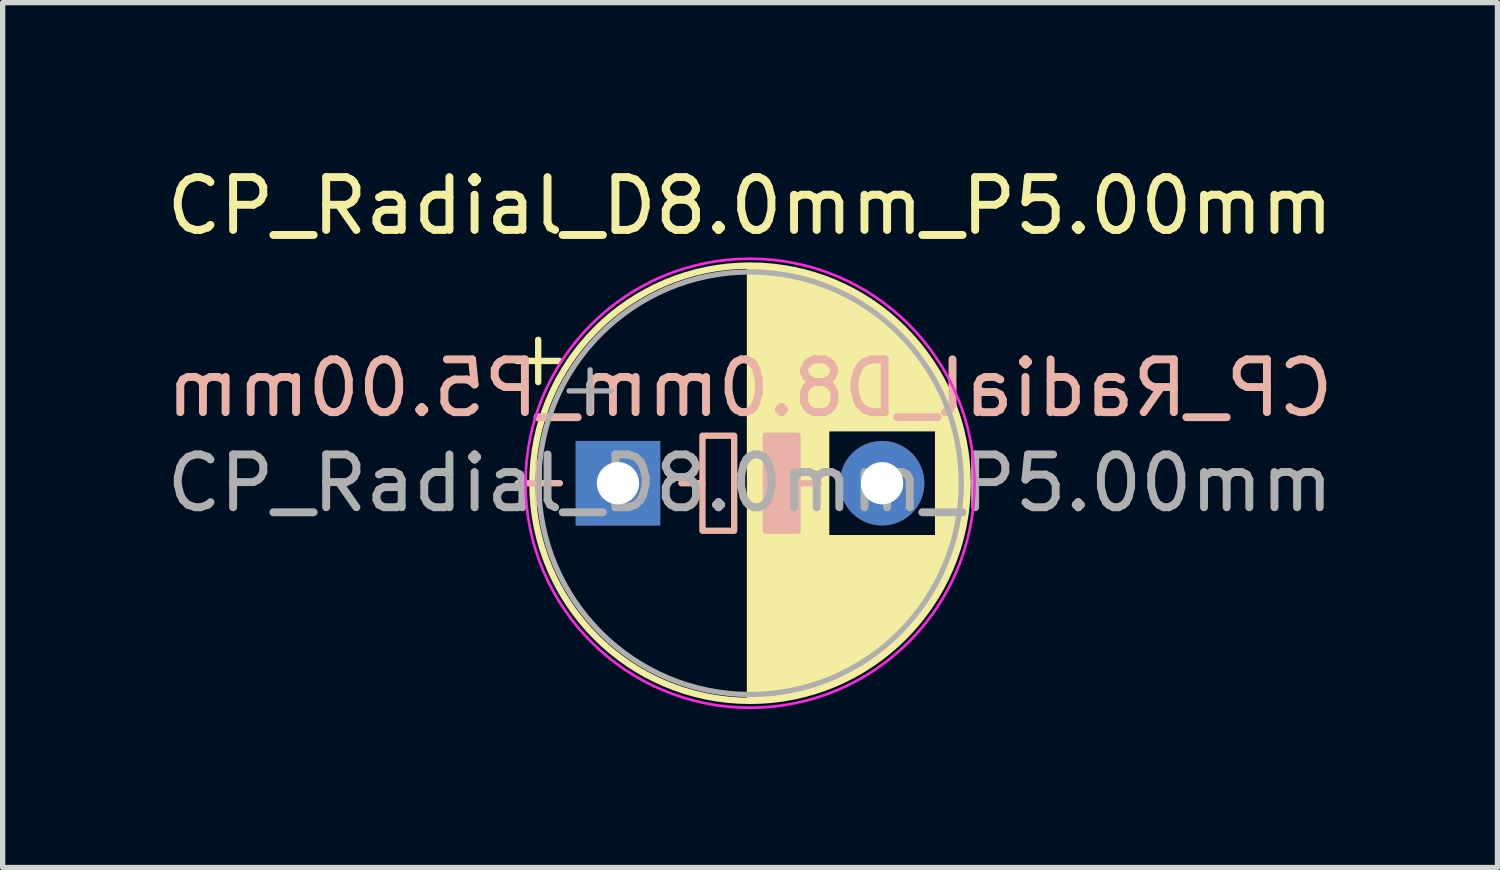
<source format=kicad_pcb>
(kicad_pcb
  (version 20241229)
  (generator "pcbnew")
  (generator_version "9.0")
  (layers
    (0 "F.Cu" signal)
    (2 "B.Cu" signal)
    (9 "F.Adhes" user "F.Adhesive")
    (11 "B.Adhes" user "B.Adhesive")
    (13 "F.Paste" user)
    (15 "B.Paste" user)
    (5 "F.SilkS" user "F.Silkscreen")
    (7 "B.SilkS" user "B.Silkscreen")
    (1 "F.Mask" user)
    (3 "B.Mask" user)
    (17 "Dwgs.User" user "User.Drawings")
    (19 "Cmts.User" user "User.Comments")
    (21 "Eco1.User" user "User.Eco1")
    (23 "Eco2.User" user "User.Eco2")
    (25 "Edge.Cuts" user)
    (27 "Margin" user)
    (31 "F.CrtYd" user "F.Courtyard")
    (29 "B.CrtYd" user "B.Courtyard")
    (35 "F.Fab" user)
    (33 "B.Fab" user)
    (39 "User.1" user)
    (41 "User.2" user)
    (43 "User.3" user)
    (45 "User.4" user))
  (footprint "CP_Radial_D8.0mm_P5.00mm"
    (layer "F.Cu")
    (at 8.649 6.098)
    (property "Reference" "CP_Radial_D8.0mm_P5.00mm" (at 2.5 -5.25 0) (layer "F.SilkS") (effects (font (size 1 1) (thickness 0.15))))
    (fp_line (start -1.91 -2.315) (end -1.11 -2.315) (stroke (width 0.12) (type solid)) (layer "F.SilkS"))
    (fp_line (start -1.51 -2.715) (end -1.51 -1.915) (stroke (width 0.12) (type solid)) (layer "F.SilkS"))
    (fp_line (start 2.5 -4.08) (end 2.5 4.08) (stroke (width 0.12) (type solid)) (layer "F.SilkS"))
    (fp_line (start 2.54 -4.08) (end 2.54 4.08) (stroke (width 0.12) (type solid)) (layer "F.SilkS"))
    (fp_line (start 2.58 -4.08) (end 2.58 4.08) (stroke (width 0.12) (type solid)) (layer "F.SilkS"))
    (fp_line (start 2.62 -4.079) (end 2.62 4.079) (stroke (width 0.12) (type solid)) (layer "F.SilkS"))
    (fp_line (start 2.66 -4.077) (end 2.66 4.077) (stroke (width 0.12) (type solid)) (layer "F.SilkS"))
    (fp_line (start 2.7 -4.076) (end 2.7 4.076) (stroke (width 0.12) (type solid)) (layer "F.SilkS"))
    (fp_line (start 2.74 -4.074) (end 2.74 4.074) (stroke (width 0.12) (type solid)) (layer "F.SilkS"))
    (fp_line (start 2.78 -4.071) (end 2.78 4.071) (stroke (width 0.12) (type solid)) (layer "F.SilkS"))
    (fp_line (start 2.82 -4.068) (end 2.82 4.068) (stroke (width 0.12) (type solid)) (layer "F.SilkS"))
    (fp_line (start 2.86 -4.065) (end 2.86 4.065) (stroke (width 0.12) (type solid)) (layer "F.SilkS"))
    (fp_line (start 2.9 -4.061) (end 2.9 4.061) (stroke (width 0.12) (type solid)) (layer "F.SilkS"))
    (fp_line (start 2.94 -4.057) (end 2.94 4.057) (stroke (width 0.12) (type solid)) (layer "F.SilkS"))
    (fp_line (start 2.98 -4.052) (end 2.98 4.052) (stroke (width 0.12) (type solid)) (layer "F.SilkS"))
    (fp_line (start 3.02 -4.048) (end 3.02 4.048) (stroke (width 0.12) (type solid)) (layer "F.SilkS"))
    (fp_line (start 3.06 -4.042) (end 3.06 4.042) (stroke (width 0.12) (type solid)) (layer "F.SilkS"))
    (fp_line (start 3.1 -4.037) (end 3.1 4.037) (stroke (width 0.12) (type solid)) (layer "F.SilkS"))
    (fp_line (start 3.14 -4.03) (end 3.14 4.03) (stroke (width 0.12) (type solid)) (layer "F.SilkS"))
    (fp_line (start 3.18 -4.024) (end 3.18 4.024) (stroke (width 0.12) (type solid)) (layer "F.SilkS"))
    (fp_line (start 3.221 -4.017) (end 3.221 4.017) (stroke (width 0.12) (type solid)) (layer "F.SilkS"))
    (fp_line (start 3.261 -4.01) (end 3.261 4.01) (stroke (width 0.12) (type solid)) (layer "F.SilkS"))
    (fp_line (start 3.301 -4.002) (end 3.301 4.002) (stroke (width 0.12) (type solid)) (layer "F.SilkS"))
    (fp_line (start 3.341 -3.994) (end 3.341 3.994) (stroke (width 0.12) (type solid)) (layer "F.SilkS"))
    (fp_line (start 3.381 -3.985) (end 3.381 3.985) (stroke (width 0.12) (type solid)) (layer "F.SilkS"))
    (fp_line (start 3.421 -3.976) (end 3.421 3.976) (stroke (width 0.12) (type solid)) (layer "F.SilkS"))
    (fp_line (start 3.461 -3.967) (end 3.461 3.967) (stroke (width 0.12) (type solid)) (layer "F.SilkS"))
    (fp_line (start 3.501 -3.957) (end 3.501 3.957) (stroke (width 0.12) (type solid)) (layer "F.SilkS"))
    (fp_line (start 3.541 -3.947) (end 3.541 3.947) (stroke (width 0.12) (type solid)) (layer "F.SilkS"))
    (fp_line (start 3.581 -3.936) (end 3.581 3.936) (stroke (width 0.12) (type solid)) (layer "F.SilkS"))
    (fp_line (start 3.621 -3.925) (end 3.621 3.925) (stroke (width 0.12) (type solid)) (layer "F.SilkS"))
    (fp_line (start 3.661 -3.914) (end 3.661 3.914) (stroke (width 0.12) (type solid)) (layer "F.SilkS"))
    (fp_line (start 3.701 -3.902) (end 3.701 3.902) (stroke (width 0.12) (type solid)) (layer "F.SilkS"))
    (fp_line (start 3.741 -3.889) (end 3.741 3.889) (stroke (width 0.12) (type solid)) (layer "F.SilkS"))
    (fp_line (start 3.781 -3.877) (end 3.781 3.877) (stroke (width 0.12) (type solid)) (layer "F.SilkS"))
    (fp_line (start 3.821 -3.863) (end 3.821 3.863) (stroke (width 0.12) (type solid)) (layer "F.SilkS"))
    (fp_line (start 3.861 -3.85) (end 3.861 3.85) (stroke (width 0.12) (type solid)) (layer "F.SilkS"))
    (fp_line (start 3.901 -3.835) (end 3.901 3.835) (stroke (width 0.12) (type solid)) (layer "F.SilkS"))
    (fp_line (start 3.941 -3.821) (end 3.941 3.821) (stroke (width 0.12) (type solid)) (layer "F.SilkS"))
    (fp_line (start 3.981 -3.805) (end 3.981 -1.04) (stroke (width 0.12) (type solid)) (layer "F.SilkS"))
    (fp_line (start 3.981 1.04) (end 3.981 3.805) (stroke (width 0.12) (type solid)) (layer "F.SilkS"))
    (fp_line (start 4.021 -3.79) (end 4.021 -1.04) (stroke (width 0.12) (type solid)) (layer "F.SilkS"))
    (fp_line (start 4.021 1.04) (end 4.021 3.79) (stroke (width 0.12) (type solid)) (layer "F.SilkS"))
    (fp_line (start 4.061 -3.774) (end 4.061 -1.04) (stroke (width 0.12) (type solid)) (layer "F.SilkS"))
    (fp_line (start 4.061 1.04) (end 4.061 3.774) (stroke (width 0.12) (type solid)) (layer "F.SilkS"))
    (fp_line (start 4.101 -3.757) (end 4.101 -1.04) (stroke (width 0.12) (type solid)) (layer "F.SilkS"))
    (fp_line (start 4.101 1.04) (end 4.101 3.757) (stroke (width 0.12) (type solid)) (layer "F.SilkS"))
    (fp_line (start 4.141 -3.74) (end 4.141 -1.04) (stroke (width 0.12) (type solid)) (layer "F.SilkS"))
    (fp_line (start 4.141 1.04) (end 4.141 3.74) (stroke (width 0.12) (type solid)) (layer "F.SilkS"))
    (fp_line (start 4.181 -3.722) (end 4.181 -1.04) (stroke (width 0.12) (type solid)) (layer "F.SilkS"))
    (fp_line (start 4.181 1.04) (end 4.181 3.722) (stroke (width 0.12) (type solid)) (layer "F.SilkS"))
    (fp_line (start 4.221 -3.704) (end 4.221 -1.04) (stroke (width 0.12) (type solid)) (layer "F.SilkS"))
    (fp_line (start 4.221 1.04) (end 4.221 3.704) (stroke (width 0.12) (type solid)) (layer "F.SilkS"))
    (fp_line (start 4.261 -3.686) (end 4.261 -1.04) (stroke (width 0.12) (type solid)) (layer "F.SilkS"))
    (fp_line (start 4.261 1.04) (end 4.261 3.686) (stroke (width 0.12) (type solid)) (layer "F.SilkS"))
    (fp_line (start 4.301 -3.666) (end 4.301 -1.04) (stroke (width 0.12) (type solid)) (layer "F.SilkS"))
    (fp_line (start 4.301 1.04) (end 4.301 3.666) (stroke (width 0.12) (type solid)) (layer "F.SilkS"))
    (fp_line (start 4.341 -3.647) (end 4.341 -1.04) (stroke (width 0.12) (type solid)) (layer "F.SilkS"))
    (fp_line (start 4.341 1.04) (end 4.341 3.647) (stroke (width 0.12) (type solid)) (layer "F.SilkS"))
    (fp_line (start 4.381 -3.627) (end 4.381 -1.04) (stroke (width 0.12) (type solid)) (layer "F.SilkS"))
    (fp_line (start 4.381 1.04) (end 4.381 3.627) (stroke (width 0.12) (type solid)) (layer "F.SilkS"))
    (fp_line (start 4.421 -3.606) (end 4.421 -1.04) (stroke (width 0.12) (type solid)) (layer "F.SilkS"))
    (fp_line (start 4.421 1.04) (end 4.421 3.606) (stroke (width 0.12) (type solid)) (layer "F.SilkS"))
    (fp_line (start 4.461 -3.584) (end 4.461 -1.04) (stroke (width 0.12) (type solid)) (layer "F.SilkS"))
    (fp_line (start 4.461 1.04) (end 4.461 3.584) (stroke (width 0.12) (type solid)) (layer "F.SilkS"))
    (fp_line (start 4.501 -3.562) (end 4.501 -1.04) (stroke (width 0.12) (type solid)) (layer "F.SilkS"))
    (fp_line (start 4.501 1.04) (end 4.501 3.562) (stroke (width 0.12) (type solid)) (layer "F.SilkS"))
    (fp_line (start 4.541 -3.54) (end 4.541 -1.04) (stroke (width 0.12) (type solid)) (layer "F.SilkS"))
    (fp_line (start 4.541 1.04) (end 4.541 3.54) (stroke (width 0.12) (type solid)) (layer "F.SilkS"))
    (fp_line (start 4.581 -3.517) (end 4.581 -1.04) (stroke (width 0.12) (type solid)) (layer "F.SilkS"))
    (fp_line (start 4.581 1.04) (end 4.581 3.517) (stroke (width 0.12) (type solid)) (layer "F.SilkS"))
    (fp_line (start 4.621 -3.493) (end 4.621 -1.04) (stroke (width 0.12) (type solid)) (layer "F.SilkS"))
    (fp_line (start 4.621 1.04) (end 4.621 3.493) (stroke (width 0.12) (type solid)) (layer "F.SilkS"))
    (fp_line (start 4.661 -3.469) (end 4.661 -1.04) (stroke (width 0.12) (type solid)) (layer "F.SilkS"))
    (fp_line (start 4.661 1.04) (end 4.661 3.469) (stroke (width 0.12) (type solid)) (layer "F.SilkS"))
    (fp_line (start 4.701 -3.444) (end 4.701 -1.04) (stroke (width 0.12) (type solid)) (layer "F.SilkS"))
    (fp_line (start 4.701 1.04) (end 4.701 3.444) (stroke (width 0.12) (type solid)) (layer "F.SilkS"))
    (fp_line (start 4.741 -3.418) (end 4.741 -1.04) (stroke (width 0.12) (type solid)) (layer "F.SilkS"))
    (fp_line (start 4.741 1.04) (end 4.741 3.418) (stroke (width 0.12) (type solid)) (layer "F.SilkS"))
    (fp_line (start 4.781 -3.392) (end 4.781 -1.04) (stroke (width 0.12) (type solid)) (layer "F.SilkS"))
    (fp_line (start 4.781 1.04) (end 4.781 3.392) (stroke (width 0.12) (type solid)) (layer "F.SilkS"))
    (fp_line (start 4.821 -3.365) (end 4.821 -1.04) (stroke (width 0.12) (type solid)) (layer "F.SilkS"))
    (fp_line (start 4.821 1.04) (end 4.821 3.365) (stroke (width 0.12) (type solid)) (layer "F.SilkS"))
    (fp_line (start 4.861 -3.338) (end 4.861 -1.04) (stroke (width 0.12) (type solid)) (layer "F.SilkS"))
    (fp_line (start 4.861 1.04) (end 4.861 3.338) (stroke (width 0.12) (type solid)) (layer "F.SilkS"))
    (fp_line (start 4.901 -3.309) (end 4.901 -1.04) (stroke (width 0.12) (type solid)) (layer "F.SilkS"))
    (fp_line (start 4.901 1.04) (end 4.901 3.309) (stroke (width 0.12) (type solid)) (layer "F.SilkS"))
    (fp_line (start 4.941 -3.28) (end 4.941 -1.04) (stroke (width 0.12) (type solid)) (layer "F.SilkS"))
    (fp_line (start 4.941 1.04) (end 4.941 3.28) (stroke (width 0.12) (type solid)) (layer "F.SilkS"))
    (fp_line (start 4.981 -3.25) (end 4.981 -1.04) (stroke (width 0.12) (type solid)) (layer "F.SilkS"))
    (fp_line (start 4.981 1.04) (end 4.981 3.25) (stroke (width 0.12) (type solid)) (layer "F.SilkS"))
    (fp_line (start 5.021 -3.22) (end 5.021 -1.04) (stroke (width 0.12) (type solid)) (layer "F.SilkS"))
    (fp_line (start 5.021 1.04) (end 5.021 3.22) (stroke (width 0.12) (type solid)) (layer "F.SilkS"))
    (fp_line (start 5.061 -3.189) (end 5.061 -1.04) (stroke (width 0.12) (type solid)) (layer "F.SilkS"))
    (fp_line (start 5.061 1.04) (end 5.061 3.189) (stroke (width 0.12) (type solid)) (layer "F.SilkS"))
    (fp_line (start 5.101 -3.156) (end 5.101 -1.04) (stroke (width 0.12) (type solid)) (layer "F.SilkS"))
    (fp_line (start 5.101 1.04) (end 5.101 3.156) (stroke (width 0.12) (type solid)) (layer "F.SilkS"))
    (fp_line (start 5.141 -3.124) (end 5.141 -1.04) (stroke (width 0.12) (type solid)) (layer "F.SilkS"))
    (fp_line (start 5.141 1.04) (end 5.141 3.124) (stroke (width 0.12) (type solid)) (layer "F.SilkS"))
    (fp_line (start 5.181 -3.09) (end 5.181 -1.04) (stroke (width 0.12) (type solid)) (layer "F.SilkS"))
    (fp_line (start 5.181 1.04) (end 5.181 3.09) (stroke (width 0.12) (type solid)) (layer "F.SilkS"))
    (fp_line (start 5.221 -3.055) (end 5.221 -1.04) (stroke (width 0.12) (type solid)) (layer "F.SilkS"))
    (fp_line (start 5.221 1.04) (end 5.221 3.055) (stroke (width 0.12) (type solid)) (layer "F.SilkS"))
    (fp_line (start 5.261 -3.019) (end 5.261 -1.04) (stroke (width 0.12) (type solid)) (layer "F.SilkS"))
    (fp_line (start 5.261 1.04) (end 5.261 3.019) (stroke (width 0.12) (type solid)) (layer "F.SilkS"))
    (fp_line (start 5.301 -2.983) (end 5.301 -1.04) (stroke (width 0.12) (type solid)) (layer "F.SilkS"))
    (fp_line (start 5.301 1.04) (end 5.301 2.983) (stroke (width 0.12) (type solid)) (layer "F.SilkS"))
    (fp_line (start 5.341 -2.945) (end 5.341 -1.04) (stroke (width 0.12) (type solid)) (layer "F.SilkS"))
    (fp_line (start 5.341 1.04) (end 5.341 2.945) (stroke (width 0.12) (type solid)) (layer "F.SilkS"))
    (fp_line (start 5.381 -2.907) (end 5.381 -1.04) (stroke (width 0.12) (type solid)) (layer "F.SilkS"))
    (fp_line (start 5.381 1.04) (end 5.381 2.907) (stroke (width 0.12) (type solid)) (layer "F.SilkS"))
    (fp_line (start 5.421 -2.867) (end 5.421 -1.04) (stroke (width 0.12) (type solid)) (layer "F.SilkS"))
    (fp_line (start 5.421 1.04) (end 5.421 2.867) (stroke (width 0.12) (type solid)) (layer "F.SilkS"))
    (fp_line (start 5.461 -2.826) (end 5.461 -1.04) (stroke (width 0.12) (type solid)) (layer "F.SilkS"))
    (fp_line (start 5.461 1.04) (end 5.461 2.826) (stroke (width 0.12) (type solid)) (layer "F.SilkS"))
    (fp_line (start 5.501 -2.784) (end 5.501 -1.04) (stroke (width 0.12) (type solid)) (layer "F.SilkS"))
    (fp_line (start 5.501 1.04) (end 5.501 2.784) (stroke (width 0.12) (type solid)) (layer "F.SilkS"))
    (fp_line (start 5.541 -2.741) (end 5.541 -1.04) (stroke (width 0.12) (type solid)) (layer "F.SilkS"))
    (fp_line (start 5.541 1.04) (end 5.541 2.741) (stroke (width 0.12) (type solid)) (layer "F.SilkS"))
    (fp_line (start 5.581 -2.697) (end 5.581 -1.04) (stroke (width 0.12) (type solid)) (layer "F.SilkS"))
    (fp_line (start 5.581 1.04) (end 5.581 2.697) (stroke (width 0.12) (type solid)) (layer "F.SilkS"))
    (fp_line (start 5.621 -2.651) (end 5.621 -1.04) (stroke (width 0.12) (type solid)) (layer "F.SilkS"))
    (fp_line (start 5.621 1.04) (end 5.621 2.651) (stroke (width 0.12) (type solid)) (layer "F.SilkS"))
    (fp_line (start 5.661 -2.604) (end 5.661 -1.04) (stroke (width 0.12) (type solid)) (layer "F.SilkS"))
    (fp_line (start 5.661 1.04) (end 5.661 2.604) (stroke (width 0.12) (type solid)) (layer "F.SilkS"))
    (fp_line (start 5.701 -2.556) (end 5.701 -1.04) (stroke (width 0.12) (type solid)) (layer "F.SilkS"))
    (fp_line (start 5.701 1.04) (end 5.701 2.556) (stroke (width 0.12) (type solid)) (layer "F.SilkS"))
    (fp_line (start 5.741 -2.505) (end 5.741 -1.04) (stroke (width 0.12) (type solid)) (layer "F.SilkS"))
    (fp_line (start 5.741 1.04) (end 5.741 2.505) (stroke (width 0.12) (type solid)) (layer "F.SilkS"))
    (fp_line (start 5.781 -2.454) (end 5.781 -1.04) (stroke (width 0.12) (type solid)) (layer "F.SilkS"))
    (fp_line (start 5.781 1.04) (end 5.781 2.454) (stroke (width 0.12) (type solid)) (layer "F.SilkS"))
    (fp_line (start 5.821 -2.4) (end 5.821 -1.04) (stroke (width 0.12) (type solid)) (layer "F.SilkS"))
    (fp_line (start 5.821 1.04) (end 5.821 2.4) (stroke (width 0.12) (type solid)) (layer "F.SilkS"))
    (fp_line (start 5.861 -2.345) (end 5.861 -1.04) (stroke (width 0.12) (type solid)) (layer "F.SilkS"))
    (fp_line (start 5.861 1.04) (end 5.861 2.345) (stroke (width 0.12) (type solid)) (layer "F.SilkS"))
    (fp_line (start 5.901 -2.287) (end 5.901 -1.04) (stroke (width 0.12) (type solid)) (layer "F.SilkS"))
    (fp_line (start 5.901 1.04) (end 5.901 2.287) (stroke (width 0.12) (type solid)) (layer "F.SilkS"))
    (fp_line (start 5.941 -2.228) (end 5.941 -1.04) (stroke (width 0.12) (type solid)) (layer "F.SilkS"))
    (fp_line (start 5.941 1.04) (end 5.941 2.228) (stroke (width 0.12) (type solid)) (layer "F.SilkS"))
    (fp_line (start 5.981 -2.166) (end 5.981 -1.04) (stroke (width 0.12) (type solid)) (layer "F.SilkS"))
    (fp_line (start 5.981 1.04) (end 5.981 2.166) (stroke (width 0.12) (type solid)) (layer "F.SilkS"))
    (fp_line (start 6.021 -2.102) (end 6.021 -1.04) (stroke (width 0.12) (type solid)) (layer "F.SilkS"))
    (fp_line (start 6.021 1.04) (end 6.021 2.102) (stroke (width 0.12) (type solid)) (layer "F.SilkS"))
    (fp_line (start 6.061 -2.034) (end 6.061 2.034) (stroke (width 0.12) (type solid)) (layer "F.SilkS"))
    (fp_line (start 6.101 -1.964) (end 6.101 1.964) (stroke (width 0.12) (type solid)) (layer "F.SilkS"))
    (fp_line (start 6.141 -1.89) (end 6.141 1.89) (stroke (width 0.12) (type solid)) (layer "F.SilkS"))
    (fp_line (start 6.181 -1.813) (end 6.181 1.813) (stroke (width 0.12) (type solid)) (layer "F.SilkS"))
    (fp_line (start 6.221 -1.731) (end 6.221 1.731) (stroke (width 0.12) (type solid)) (layer "F.SilkS"))
    (fp_line (start 6.261 -1.645) (end 6.261 1.645) (stroke (width 0.12) (type solid)) (layer "F.SilkS"))
    (fp_line (start 6.301 -1.552) (end 6.301 1.552) (stroke (width 0.12) (type solid)) (layer "F.SilkS"))
    (fp_line (start 6.341 -1.453) (end 6.341 1.453) (stroke (width 0.12) (type solid)) (layer "F.SilkS"))
    (fp_line (start 6.381 -1.346) (end 6.381 1.346) (stroke (width 0.12) (type solid)) (layer "F.SilkS"))
    (fp_line (start 6.421 -1.229) (end 6.421 1.229) (stroke (width 0.12) (type solid)) (layer "F.SilkS"))
    (fp_line (start 6.461 -1.098) (end 6.461 1.098) (stroke (width 0.12) (type solid)) (layer "F.SilkS"))
    (fp_line (start 6.501 -0.948) (end 6.501 0.948) (stroke (width 0.12) (type solid)) (layer "F.SilkS"))
    (fp_line (start 6.541 -0.768) (end 6.541 0.768) (stroke (width 0.12) (type solid)) (layer "F.SilkS"))
    (fp_line (start 6.581 -0.533) (end 6.581 0.533) (stroke (width 0.12) (type solid)) (layer "F.SilkS"))
    (fp_circle (center 2.5 0) (end 6.62 0) (stroke (width 0.12) (type solid)) (fill no) (layer "F.SilkS"))
    (fp_line (start -1.5 -0.4) (end -1.5 0.4) (stroke (width 0.12) (type solid)) (layer "B.SilkS"))
    (fp_line (start -1.1 0) (end -1.9 0) (stroke (width 0.12) (type solid)) (layer "B.SilkS"))
    (fp_line (start 1.6 0) (end 1.2 0) (stroke (width 0.12) (type solid)) (layer "B.SilkS"))
    (fp_line (start 3.8 0) (end 3.4 0) (stroke (width 0.12) (type solid)) (layer "B.SilkS"))
    (fp_rect (start 2.2 -0.9) (end 1.6 0.9) (stroke (width 0.12) (type solid)) (fill no) (layer "B.SilkS"))
    (fp_rect (start 3.4 -0.9) (end 2.8 0.9) (stroke (width 0.12) (type solid)) (fill yes) (layer "B.SilkS"))
    (fp_circle (center 2.5 0) (end 6.75 0) (stroke (width 0.05) (type solid)) (fill no) (layer "F.CrtYd"))
    (fp_line (start -0.927 -1.748) (end -0.127 -1.748) (stroke (width 0.1) (type solid)) (layer "F.Fab"))
    (fp_line (start -0.527 -2.147) (end -0.527 -1.347) (stroke (width 0.1) (type solid)) (layer "F.Fab"))
    (fp_circle (center 2.5 0) (end 6.5 0) (stroke (width 0.1) (type solid)) (fill no) (layer "F.Fab"))
    (fp_text user "${REFERENCE}" (at 2.5 -1.8 0) (layer "B.SilkS") (effects (font (size 1 1) (thickness 0.15)) (justify mirror)))
    (fp_text user "${REFERENCE}" (at 2.5 0 0) (layer "F.Fab") (effects (font (size 1 1) (thickness 0.15))))
    (pad "1" thru_hole rect (at 0 0) (size 1.6 1.6) (drill 0.8) (layers "*.Cu" "*.Mask"))
    (pad "2" thru_hole circle (at 5 0) (size 1.6 1.6) (drill 0.8) (layers "*.Cu" "*.Mask")))
  (gr_rect
    (start -3 -3)
    (end 25.298 13.373)
    (stroke (width 0.1) (type default))
    (fill no)
    (layer "Edge.Cuts")))
</source>
